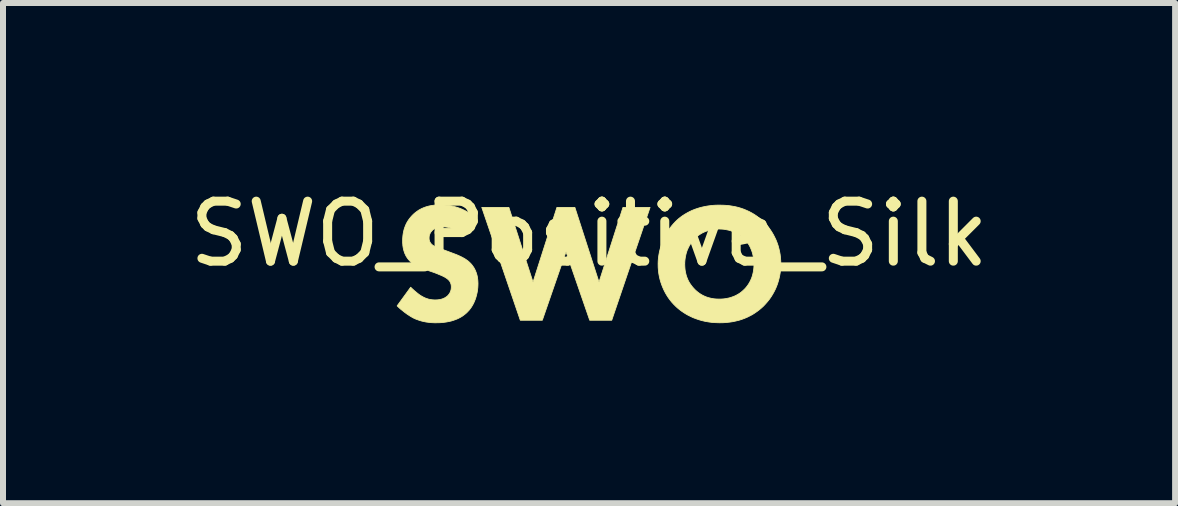
<source format=kicad_pcb>
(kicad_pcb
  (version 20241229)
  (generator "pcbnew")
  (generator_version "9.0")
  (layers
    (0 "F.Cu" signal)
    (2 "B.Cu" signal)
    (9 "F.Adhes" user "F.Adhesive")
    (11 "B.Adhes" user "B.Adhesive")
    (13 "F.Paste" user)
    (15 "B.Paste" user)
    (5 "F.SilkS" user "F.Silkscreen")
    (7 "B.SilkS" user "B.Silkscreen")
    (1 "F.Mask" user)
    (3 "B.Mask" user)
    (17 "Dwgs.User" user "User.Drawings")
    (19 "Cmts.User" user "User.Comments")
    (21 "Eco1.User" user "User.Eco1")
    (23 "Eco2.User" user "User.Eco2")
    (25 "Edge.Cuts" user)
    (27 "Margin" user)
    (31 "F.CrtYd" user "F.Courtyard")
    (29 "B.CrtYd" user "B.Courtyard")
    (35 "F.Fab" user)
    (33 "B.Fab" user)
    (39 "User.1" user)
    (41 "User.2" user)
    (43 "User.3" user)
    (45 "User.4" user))
  (footprint "SWO_Positive_Silk"
    (layer "F.Cu")
    (at 6.768 1.348)
    (property "Reference" "SWO_Positive_Silk" (at 0 -0.5 0) (unlocked yes) (layer "F.SilkS") (effects (font (size 1 1) (thickness 0.15))))
    (fp_poly (pts (xy -0.934 0.305) (xy -0.536 -0.941) (xy -0.236 -0.941) (xy 0.166 0.305) (xy 0.565 -0.941) (xy 1.017 -0.941) (xy 0.378 0.94) (xy 0.011 0.94) (xy -0.384 -0.203) (xy -0.779 0.94) (xy -1.146 0.94) (xy -1.788 -0.941) (xy -1.336 -0.941)) (stroke (width 0.013) (type solid)) (fill yes) (layer "F.SilkS"))
    (fp_poly (pts (xy 2.232 -0.978) (xy 2.285 -0.975) (xy 2.337 -0.97) (xy 2.388 -0.962) (xy 2.438 -0.953) (xy 2.487 -0.941) (xy 2.534 -0.927) (xy 2.58 -0.911) (xy 2.625 -0.892) (xy 2.669 -0.872) (xy 2.712 -0.849) (xy 2.753 -0.825) (xy 2.793 -0.798) (xy 2.831 -0.769) (xy 2.868 -0.738) (xy 2.904 -0.704) (xy 2.904 -0.708) (xy 2.936 -0.675) (xy 2.967 -0.64) (xy 2.997 -0.603) (xy 3.024 -0.565) (xy 3.05 -0.525) (xy 3.074 -0.484) (xy 3.096 -0.441) (xy 3.117 -0.397) (xy 3.135 -0.351) (xy 3.151 -0.305) (xy 3.164 -0.257) (xy 3.176 -0.207) (xy 3.185 -0.157) (xy 3.191 -0.105) (xy 3.195 -0.052) (xy 3.197 0.001) (xy 3.196 0.048) (xy 3.192 0.095) (xy 3.187 0.142) (xy 3.179 0.189) (xy 3.169 0.236) (xy 3.157 0.282) (xy 3.143 0.328) (xy 3.126 0.374) (xy 3.107 0.419) (xy 3.085 0.463) (xy 3.061 0.506) (xy 3.035 0.548) (xy 3.006 0.59) (xy 2.974 0.63) (xy 2.94 0.669) (xy 2.904 0.707) (xy 2.87 0.738) (xy 2.835 0.767) (xy 2.798 0.795) (xy 2.76 0.821) (xy 2.721 0.846) (xy 2.679 0.868) (xy 2.637 0.889) (xy 2.592 0.908) (xy 2.546 0.925) (xy 2.499 0.94) (xy 2.449 0.952) (xy 2.399 0.963) (xy 2.346 0.971) (xy 2.291 0.977) (xy 2.235 0.981) (xy 2.177 0.982) (xy 2.112 0.98) (xy 2.05 0.976) (xy 1.991 0.968) (xy 1.934 0.958) (xy 1.879 0.945) (xy 1.827 0.93) (xy 1.778 0.913) (xy 1.731 0.895) (xy 1.687 0.874) (xy 1.645 0.853) (xy 1.605 0.83) (xy 1.568 0.806) (xy 1.533 0.782) (xy 1.501 0.757) (xy 1.471 0.732) (xy 1.444 0.707) (xy 1.411 0.674) (xy 1.379 0.639) (xy 1.35 0.603) (xy 1.322 0.565) (xy 1.296 0.525) (xy 1.272 0.484) (xy 1.25 0.441) (xy 1.23 0.397) (xy 1.212 0.352) (xy 1.196 0.306) (xy 1.182 0.258) (xy 1.171 0.21) (xy 1.162 0.16) (xy 1.156 0.11) (xy 1.152 0.06) (xy 1.151 0.008) (xy 1.595 0.008) (xy 1.596 0.04) (xy 1.598 0.071) (xy 1.601 0.102) (xy 1.606 0.132) (xy 1.612 0.16) (xy 1.619 0.188) (xy 1.628 0.216) (xy 1.638 0.242) (xy 1.649 0.268) (xy 1.662 0.294) (xy 1.676 0.318) (xy 1.692 0.342) (xy 1.709 0.365) (xy 1.727 0.388) (xy 1.747 0.41) (xy 1.768 0.432) (xy 1.791 0.453) (xy 1.814 0.472) (xy 1.837 0.489) (xy 1.861 0.505) (xy 1.885 0.519) (xy 1.91 0.532) (xy 1.935 0.543) (xy 1.96 0.553) (xy 1.985 0.561) (xy 2.011 0.568) (xy 2.037 0.574) (xy 2.063 0.579) (xy 2.09 0.583) (xy 2.116 0.585) (xy 2.143 0.586) (xy 2.17 0.587) (xy 2.205 0.586) (xy 2.239 0.584) (xy 2.272 0.58) (xy 2.303 0.574) (xy 2.333 0.568) (xy 2.362 0.56) (xy 2.39 0.55) (xy 2.417 0.54) (xy 2.442 0.529) (xy 2.466 0.516) (xy 2.489 0.503) (xy 2.511 0.489) (xy 2.532 0.474) (xy 2.551 0.458) (xy 2.569 0.442) (xy 2.587 0.425) (xy 2.601 0.411) (xy 2.615 0.395) (xy 2.629 0.378) (xy 2.643 0.359) (xy 2.657 0.339) (xy 2.67 0.317) (xy 2.683 0.294) (xy 2.695 0.269) (xy 2.707 0.242) (xy 2.717 0.214) (xy 2.722 0.199) (xy 2.726 0.183) (xy 2.73 0.167) (xy 2.734 0.151) (xy 2.737 0.135) (xy 2.74 0.117) (xy 2.743 0.1) (xy 2.745 0.082) (xy 2.747 0.063) (xy 2.748 0.044) (xy 2.749 0.025) (xy 2.749 0.005) (xy 2.748 -0.031) (xy 2.745 -0.066) (xy 2.741 -0.099) (xy 2.735 -0.131) (xy 2.728 -0.162) (xy 2.72 -0.192) (xy 2.71 -0.221) (xy 2.699 -0.248) (xy 2.688 -0.274) (xy 2.675 -0.299) (xy 2.662 -0.322) (xy 2.648 -0.344) (xy 2.633 -0.365) (xy 2.618 -0.384) (xy 2.602 -0.402) (xy 2.587 -0.419) (xy 2.569 -0.435) (xy 2.549 -0.452) (xy 2.529 -0.468) (xy 2.507 -0.483) (xy 2.484 -0.497) (xy 2.46 -0.51) (xy 2.435 -0.523) (xy 2.409 -0.534) (xy 2.382 -0.544) (xy 2.354 -0.554) (xy 2.325 -0.562) (xy 2.295 -0.568) (xy 2.265 -0.574) (xy 2.234 -0.578) (xy 2.202 -0.58) (xy 2.17 -0.581) (xy 2.138 -0.58) (xy 2.107 -0.578) (xy 2.077 -0.575) (xy 2.047 -0.57) (xy 2.019 -0.564) (xy 1.991 -0.556) (xy 1.964 -0.548) (xy 1.937 -0.538) (xy 1.912 -0.527) (xy 1.887 -0.515) (xy 1.864 -0.502) (xy 1.841 -0.487) (xy 1.819 -0.472) (xy 1.798 -0.455) (xy 1.777 -0.437) (xy 1.757 -0.419) (xy 1.761 -0.419) (xy 1.746 -0.403) (xy 1.731 -0.386) (xy 1.716 -0.368) (xy 1.701 -0.348) (xy 1.687 -0.327) (xy 1.673 -0.304) (xy 1.66 -0.28) (xy 1.648 -0.254) (xy 1.636 -0.227) (xy 1.626 -0.198) (xy 1.617 -0.167) (xy 1.61 -0.135) (xy 1.606 -0.119) (xy 1.604 -0.102) (xy 1.601 -0.084) (xy 1.599 -0.067) (xy 1.597 -0.048) (xy 1.596 -0.03) (xy 1.595 -0.011) (xy 1.595 0.008) (xy 1.151 0.008) (xy 1.152 -0.043) (xy 1.156 -0.094) (xy 1.163 -0.145) (xy 1.172 -0.195) (xy 1.184 -0.245) (xy 1.198 -0.293) (xy 1.214 -0.341) (xy 1.232 -0.388) (xy 1.252 -0.433) (xy 1.274 -0.477) (xy 1.298 -0.519) (xy 1.323 -0.56) (xy 1.35 -0.599) (xy 1.379 -0.636) (xy 1.409 -0.671) (xy 1.44 -0.704) (xy 1.465 -0.728) (xy 1.493 -0.753) (xy 1.523 -0.777) (xy 1.556 -0.801) (xy 1.591 -0.824) (xy 1.63 -0.847) (xy 1.671 -0.869) (xy 1.715 -0.89) (xy 1.762 -0.909) (xy 1.812 -0.926) (xy 1.838 -0.934) (xy 1.865 -0.941) (xy 1.892 -0.948) (xy 1.921 -0.954) (xy 1.95 -0.96) (xy 1.98 -0.965) (xy 2.011 -0.969) (xy 2.042 -0.973) (xy 2.075 -0.976) (xy 2.108 -0.978) (xy 2.142 -0.979) (xy 2.177 -0.979)) (stroke (width 0.013) (type solid)) (fill yes) (layer "F.SilkS"))
    (fp_poly (pts (xy -2.427 -0.982) (xy -2.398 -0.98) (xy -2.368 -0.977) (xy -2.336 -0.973) (xy -2.303 -0.968) (xy -2.269 -0.961) (xy -2.234 -0.952) (xy -2.197 -0.941) (xy -2.16 -0.928) (xy -2.122 -0.913) (xy -2.083 -0.895) (xy -2.043 -0.875) (xy -2.003 -0.852) (xy -1.963 -0.825) (xy -1.922 -0.796) (xy -2.116 -0.479) (xy -2.116 -0.482) (xy -2.142 -0.504) (xy -2.168 -0.524) (xy -2.193 -0.542) (xy -2.217 -0.557) (xy -2.241 -0.569) (xy -2.264 -0.58) (xy -2.286 -0.589) (xy -2.307 -0.597) (xy -2.326 -0.603) (xy -2.345 -0.607) (xy -2.363 -0.611) (xy -2.38 -0.613) (xy -2.395 -0.615) (xy -2.409 -0.616) (xy -2.433 -0.616) (xy -2.457 -0.616) (xy -2.468 -0.615) (xy -2.481 -0.614) (xy -2.493 -0.613) (xy -2.505 -0.611) (xy -2.517 -0.609) (xy -2.529 -0.606) (xy -2.541 -0.602) (xy -2.553 -0.598) (xy -2.565 -0.592) (xy -2.576 -0.586) (xy -2.587 -0.579) (xy -2.597 -0.572) (xy -2.602 -0.567) (xy -2.607 -0.563) (xy -2.612 -0.558) (xy -2.617 -0.553) (xy -2.622 -0.547) (xy -2.627 -0.541) (xy -2.632 -0.535) (xy -2.637 -0.529) (xy -2.641 -0.522) (xy -2.645 -0.515) (xy -2.649 -0.508) (xy -2.652 -0.501) (xy -2.655 -0.493) (xy -2.658 -0.485) (xy -2.661 -0.477) (xy -2.663 -0.468) (xy -2.664 -0.46) (xy -2.665 -0.451) (xy -2.666 -0.442) (xy -2.666 -0.433) (xy -2.666 -0.424) (xy -2.666 -0.416) (xy -2.665 -0.408) (xy -2.664 -0.401) (xy -2.662 -0.393) (xy -2.66 -0.386) (xy -2.658 -0.38) (xy -2.656 -0.373) (xy -2.653 -0.367) (xy -2.65 -0.361) (xy -2.646 -0.355) (xy -2.643 -0.349) (xy -2.638 -0.343) (xy -2.634 -0.338) (xy -2.629 -0.332) (xy -2.624 -0.327) (xy -2.615 -0.319) (xy -2.606 -0.312) (xy -2.596 -0.305) (xy -2.586 -0.299) (xy -2.574 -0.293) (xy -2.563 -0.287) (xy -2.55 -0.281) (xy -2.536 -0.275) (xy -2.522 -0.269) (xy -2.506 -0.263) (xy -2.472 -0.251) (xy -2.388 -0.221) (xy -2.247 -0.168) (xy -2.215 -0.156) (xy -2.182 -0.142) (xy -2.149 -0.127) (xy -2.132 -0.119) (xy -2.115 -0.11) (xy -2.098 -0.101) (xy -2.082 -0.092) (xy -2.065 -0.082) (xy -2.049 -0.071) (xy -2.033 -0.06) (xy -2.018 -0.049) (xy -2.003 -0.036) (xy -1.989 -0.023) (xy -1.969 -0.003) (xy -1.952 0.017) (xy -1.936 0.039) (xy -1.921 0.06) (xy -1.909 0.082) (xy -1.897 0.105) (xy -1.888 0.127) (xy -1.879 0.15) (xy -1.872 0.173) (xy -1.866 0.195) (xy -1.861 0.218) (xy -1.858 0.24) (xy -1.855 0.262) (xy -1.853 0.284) (xy -1.852 0.305) (xy -1.851 0.326) (xy -1.852 0.362) (xy -1.854 0.397) (xy -1.858 0.432) (xy -1.863 0.466) (xy -1.87 0.499) (xy -1.878 0.531) (xy -1.887 0.563) (xy -1.897 0.593) (xy -1.909 0.622) (xy -1.921 0.65) (xy -1.935 0.677) (xy -1.95 0.703) (xy -1.965 0.727) (xy -1.982 0.75) (xy -1.999 0.772) (xy -2.017 0.791) (xy -2.033 0.808) (xy -2.049 0.823) (xy -2.066 0.837) (xy -2.083 0.85) (xy -2.1 0.863) (xy -2.117 0.875) (xy -2.153 0.896) (xy -2.189 0.914) (xy -2.226 0.929) (xy -2.263 0.942) (xy -2.299 0.953) (xy -2.336 0.961) (xy -2.371 0.968) (xy -2.405 0.973) (xy -2.438 0.977) (xy -2.469 0.98) (xy -2.498 0.981) (xy -2.55 0.982) (xy -2.575 0.982) (xy -2.6 0.981) (xy -2.624 0.98) (xy -2.648 0.978) (xy -2.672 0.975) (xy -2.696 0.972) (xy -2.719 0.969) (xy -2.742 0.964) (xy -2.765 0.959) (xy -2.788 0.954) (xy -2.811 0.947) (xy -2.834 0.94) (xy -2.856 0.932) (xy -2.879 0.924) (xy -2.901 0.915) (xy -2.924 0.904) (xy -2.942 0.895) (xy -2.96 0.884) (xy -2.979 0.873) (xy -2.997 0.861) (xy -3.016 0.849) (xy -3.034 0.837) (xy -3.071 0.81) (xy -3.106 0.782) (xy -3.14 0.755) (xy -3.171 0.727) (xy -3.199 0.7) (xy -2.973 0.389) (xy -2.954 0.408) (xy -2.932 0.428) (xy -2.91 0.448) (xy -2.886 0.468) (xy -2.863 0.487) (xy -2.84 0.505) (xy -2.829 0.513) (xy -2.818 0.521) (xy -2.807 0.528) (xy -2.797 0.534) (xy -2.783 0.542) (xy -2.769 0.55) (xy -2.755 0.557) (xy -2.741 0.564) (xy -2.727 0.57) (xy -2.713 0.575) (xy -2.698 0.58) (xy -2.684 0.585) (xy -2.669 0.589) (xy -2.655 0.592) (xy -2.639 0.595) (xy -2.624 0.597) (xy -2.609 0.599) (xy -2.593 0.6) (xy -2.577 0.601) (xy -2.561 0.601) (xy -2.55 0.601) (xy -2.538 0.6) (xy -2.527 0.6) (xy -2.515 0.598) (xy -2.502 0.597) (xy -2.49 0.595) (xy -2.477 0.592) (xy -2.464 0.589) (xy -2.451 0.585) (xy -2.438 0.581) (xy -2.426 0.576) (xy -2.413 0.57) (xy -2.4 0.563) (xy -2.387 0.555) (xy -2.375 0.547) (xy -2.363 0.537) (xy -2.356 0.531) (xy -2.35 0.525) (xy -2.344 0.518) (xy -2.338 0.51) (xy -2.332 0.502) (xy -2.326 0.494) (xy -2.321 0.485) (xy -2.316 0.476) (xy -2.312 0.467) (xy -2.308 0.456) (xy -2.304 0.446) (xy -2.303 0.44) (xy -2.301 0.435) (xy -2.3 0.429) (xy -2.299 0.423) (xy -2.298 0.417) (xy -2.297 0.411) (xy -2.297 0.405) (xy -2.296 0.399) (xy -2.296 0.392) (xy -2.296 0.386) (xy -2.296 0.374) (xy -2.297 0.363) (xy -2.298 0.353) (xy -2.3 0.343) (xy -2.303 0.333) (xy -2.306 0.324) (xy -2.309 0.315) (xy -2.313 0.307) (xy -2.317 0.299) (xy -2.322 0.291) (xy -2.327 0.284) (xy -2.333 0.277) (xy -2.339 0.27) (xy -2.346 0.264) (xy -2.352 0.258) (xy -2.359 0.252) (xy -2.369 0.244) (xy -2.381 0.236) (xy -2.393 0.228) (xy -2.407 0.22) (xy -2.421 0.213) (xy -2.436 0.205) (xy -2.467 0.191) (xy -2.499 0.178) (xy -2.529 0.165) (xy -2.578 0.146) (xy -2.733 0.093) (xy -2.767 0.081) (xy -2.801 0.067) (xy -2.836 0.053) (xy -2.853 0.045) (xy -2.871 0.036) (xy -2.887 0.027) (xy -2.904 0.017) (xy -2.92 0.007) (xy -2.936 -0.004) (xy -2.952 -0.015) (xy -2.967 -0.028) (xy -2.981 -0.041) (xy -2.994 -0.055) (xy -3.012 -0.075) (xy -3.028 -0.096) (xy -3.042 -0.117) (xy -3.054 -0.138) (xy -3.064 -0.16) (xy -3.074 -0.181) (xy -3.081 -0.203) (xy -3.088 -0.225) (xy -3.093 -0.246) (xy -3.098 -0.267) (xy -3.101 -0.288) (xy -3.104 -0.308) (xy -3.105 -0.328) (xy -3.107 -0.347) (xy -3.107 -0.383) (xy -3.107 -0.415) (xy -3.105 -0.445) (xy -3.102 -0.476) (xy -3.098 -0.505) (xy -3.092 -0.534) (xy -3.086 -0.562) (xy -3.078 -0.59) (xy -3.068 -0.617) (xy -3.058 -0.643) (xy -3.046 -0.669) (xy -3.033 -0.694) (xy -3.018 -0.718) (xy -3.002 -0.742) (xy -2.984 -0.765) (xy -2.965 -0.788) (xy -2.945 -0.81) (xy -2.92 -0.834) (xy -2.894 -0.856) (xy -2.867 -0.876) (xy -2.841 -0.894) (xy -2.813 -0.91) (xy -2.785 -0.924) (xy -2.757 -0.936) (xy -2.728 -0.947) (xy -2.699 -0.956) (xy -2.669 -0.964) (xy -2.639 -0.97) (xy -2.608 -0.975) (xy -2.576 -0.979) (xy -2.545 -0.981) (xy -2.512 -0.983) (xy -2.479 -0.983)) (stroke (width 0.013) (type solid)) (fill yes) (layer "F.SilkS")))
  (gr_rect
    (start -3 -3)
    (end 16.536 5.337)
    (stroke (width 0.1) (type default))
    (fill no)
    (layer "Edge.Cuts")))
</source>
